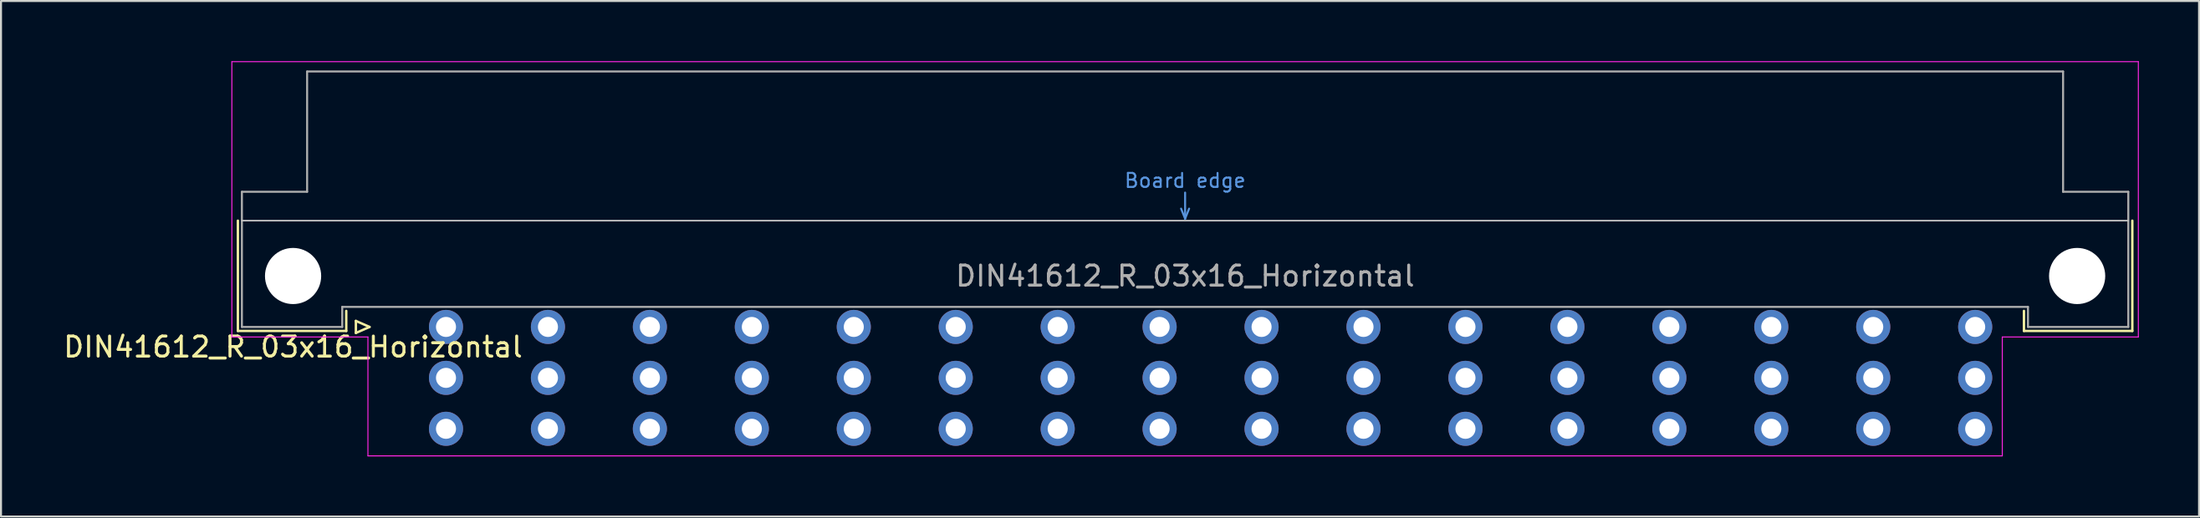
<source format=kicad_pcb>
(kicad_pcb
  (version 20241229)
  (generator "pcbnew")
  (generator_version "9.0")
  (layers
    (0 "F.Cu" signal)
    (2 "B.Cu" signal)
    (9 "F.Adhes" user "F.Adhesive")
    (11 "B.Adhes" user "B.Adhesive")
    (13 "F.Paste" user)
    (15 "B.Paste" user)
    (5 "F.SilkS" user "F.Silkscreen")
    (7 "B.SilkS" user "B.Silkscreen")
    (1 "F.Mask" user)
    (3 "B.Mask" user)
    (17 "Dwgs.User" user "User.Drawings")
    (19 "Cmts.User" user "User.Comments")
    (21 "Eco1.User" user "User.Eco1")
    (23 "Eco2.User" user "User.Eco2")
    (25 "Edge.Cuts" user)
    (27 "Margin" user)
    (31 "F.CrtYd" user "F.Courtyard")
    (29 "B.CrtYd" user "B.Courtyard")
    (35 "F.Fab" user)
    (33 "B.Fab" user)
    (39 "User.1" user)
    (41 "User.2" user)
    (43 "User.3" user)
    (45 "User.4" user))
  (footprint "DIN41612_R_03x16_Horizontal"
    (layer "F.Cu")
    (at 16.634 13.255)
    (property "Reference" "DIN41612_R_03x16_Horizontal" (at -5.08 1 0) (layer "F.SilkS") (effects (font (size 1 1) (thickness 0.15))))
    (attr through_hole)
    (fp_line (start -7.83 -5.3) (end -7.83 0.2) (stroke (width 0.12) (type solid)) (layer "F.SilkS"))
    (fp_line (start -7.83 0.2) (end -2.43 0.2) (stroke (width 0.12) (type solid)) (layer "F.SilkS"))
    (fp_line (start -2.43 0.2) (end -2.43 -0.8) (stroke (width 0.12) (type solid)) (layer "F.SilkS"))
    (fp_line (start -1.95 -0.3) (end -1.95 0.3) (stroke (width 0.12) (type solid)) (layer "F.SilkS"))
    (fp_line (start -1.95 0.3) (end -1.27 0) (stroke (width 0.12) (type solid)) (layer "F.SilkS"))
    (fp_line (start -1.27 0) (end -1.95 -0.3) (stroke (width 0.12) (type solid)) (layer "F.SilkS"))
    (fp_line (start 81.17 0.2) (end 81.17 -0.8) (stroke (width 0.12) (type solid)) (layer "F.SilkS"))
    (fp_line (start 86.57 -5.3) (end 86.57 0.2) (stroke (width 0.12) (type solid)) (layer "F.SilkS"))
    (fp_line (start 86.57 0.2) (end 81.17 0.2) (stroke (width 0.12) (type solid)) (layer "F.SilkS"))
    (fp_line (start -7.63 -5.3) (end 86.37 -5.3) (stroke (width 0.08) (type solid)) (layer "Dwgs.User"))
    (fp_line (start 39.17 -5.9) (end 39.37 -5.4) (stroke (width 0.1) (type solid)) (layer "Cmts.User"))
    (fp_line (start 39.37 -5.4) (end 39.37 -6.7) (stroke (width 0.1) (type solid)) (layer "Cmts.User"))
    (fp_line (start 39.37 -5.4) (end 39.57 -5.9) (stroke (width 0.1) (type solid)) (layer "Cmts.User"))
    (fp_line (start -8.13 -13.23) (end -8.13 0.5) (stroke (width 0.05) (type solid)) (layer "F.CrtYd"))
    (fp_line (start -8.13 0.5) (end -1.35 0.5) (stroke (width 0.05) (type solid)) (layer "F.CrtYd"))
    (fp_line (start -1.35 0.5) (end -1.35 6.43) (stroke (width 0.05) (type solid)) (layer "F.CrtYd"))
    (fp_line (start -1.35 6.43) (end 80.09 6.43) (stroke (width 0.05) (type solid)) (layer "F.CrtYd"))
    (fp_line (start 80.09 0.5) (end 86.87 0.5) (stroke (width 0.05) (type solid)) (layer "F.CrtYd"))
    (fp_line (start 80.09 6.43) (end 80.09 0.5) (stroke (width 0.05) (type solid)) (layer "F.CrtYd"))
    (fp_line (start 86.87 -13.23) (end -8.13 -13.23) (stroke (width 0.05) (type solid)) (layer "F.CrtYd"))
    (fp_line (start 86.87 0.5) (end 86.87 -13.23) (stroke (width 0.05) (type solid)) (layer "F.CrtYd"))
    (fp_line (start -7.63 -6.74) (end -7.63 0) (stroke (width 0.1) (type solid)) (layer "F.Fab"))
    (fp_line (start -7.63 0) (end -2.63 0) (stroke (width 0.1) (type solid)) (layer "F.Fab"))
    (fp_line (start -4.38 -12.74) (end -4.38 -6.74) (stroke (width 0.1) (type solid)) (layer "F.Fab"))
    (fp_line (start -4.38 -6.74) (end -7.63 -6.74) (stroke (width 0.1) (type solid)) (layer "F.Fab"))
    (fp_line (start -2.63 -1) (end 81.37 -1) (stroke (width 0.1) (type solid)) (layer "F.Fab"))
    (fp_line (start -2.63 0) (end -2.63 -1) (stroke (width 0.1) (type solid)) (layer "F.Fab"))
    (fp_line (start 81.37 -1) (end 81.37 0) (stroke (width 0.1) (type solid)) (layer "F.Fab"))
    (fp_line (start 81.37 0) (end 86.37 0) (stroke (width 0.1) (type solid)) (layer "F.Fab"))
    (fp_line (start 83.12 -12.74) (end -4.38 -12.74) (stroke (width 0.1) (type solid)) (layer "F.Fab"))
    (fp_line (start 83.12 -6.74) (end 83.12 -12.74) (stroke (width 0.1) (type solid)) (layer "F.Fab"))
    (fp_line (start 86.37 -6.74) (end 83.12 -6.74) (stroke (width 0.1) (type solid)) (layer "F.Fab"))
    (fp_line (start 86.37 0) (end 86.37 -6.74) (stroke (width 0.1) (type solid)) (layer "F.Fab"))
    (fp_text user "Board edge" (at 39.37 -7.3 0) (layer "Cmts.User") (effects (font (size 0.7 0.7) (thickness 0.1))))
    (fp_text user "${REFERENCE}" (at 39.37 -2.54 0) (layer "F.Fab") (effects (font (size 1 1) (thickness 0.15))))
    (pad "" np_thru_hole circle (at -5.08 -2.54) (size 2.8 2.8) (drill 2.8) (layers "*.Cu" "*.Mask"))
    (pad "" np_thru_hole circle (at 83.82 -2.54) (size 2.8 2.8) (drill 2.8) (layers "*.Cu" "*.Mask"))
    (pad "a2" thru_hole circle (at 2.54 0) (size 1.7 1.7) (drill 1) (layers "*.Cu" "*.Mask"))
    (pad "a4" thru_hole circle (at 7.62 0) (size 1.7 1.7) (drill 1) (layers "*.Cu" "*.Mask"))
    (pad "a6" thru_hole circle (at 12.7 0) (size 1.7 1.7) (drill 1) (layers "*.Cu" "*.Mask"))
    (pad "a8" thru_hole circle (at 17.78 0) (size 1.7 1.7) (drill 1) (layers "*.Cu" "*.Mask"))
    (pad "a10" thru_hole circle (at 22.86 0) (size 1.7 1.7) (drill 1) (layers "*.Cu" "*.Mask"))
    (pad "a12" thru_hole circle (at 27.94 0) (size 1.7 1.7) (drill 1) (layers "*.Cu" "*.Mask"))
    (pad "a14" thru_hole circle (at 33.02 0) (size 1.7 1.7) (drill 1) (layers "*.Cu" "*.Mask"))
    (pad "a16" thru_hole circle (at 38.1 0) (size 1.7 1.7) (drill 1) (layers "*.Cu" "*.Mask"))
    (pad "a18" thru_hole circle (at 43.18 0) (size 1.7 1.7) (drill 1) (layers "*.Cu" "*.Mask"))
    (pad "a20" thru_hole circle (at 48.26 0) (size 1.7 1.7) (drill 1) (layers "*.Cu" "*.Mask"))
    (pad "a22" thru_hole circle (at 53.34 0) (size 1.7 1.7) (drill 1) (layers "*.Cu" "*.Mask"))
    (pad "a24" thru_hole circle (at 58.42 0) (size 1.7 1.7) (drill 1) (layers "*.Cu" "*.Mask"))
    (pad "a26" thru_hole circle (at 63.5 0) (size 1.7 1.7) (drill 1) (layers "*.Cu" "*.Mask"))
    (pad "a28" thru_hole circle (at 68.58 0) (size 1.7 1.7) (drill 1) (layers "*.Cu" "*.Mask"))
    (pad "a30" thru_hole circle (at 73.66 0) (size 1.7 1.7) (drill 1) (layers "*.Cu" "*.Mask"))
    (pad "a32" thru_hole circle (at 78.74 0) (size 1.7 1.7) (drill 1) (layers "*.Cu" "*.Mask"))
    (pad "b2" thru_hole circle (at 2.54 2.54) (size 1.7 1.7) (drill 1) (layers "*.Cu" "*.Mask"))
    (pad "b4" thru_hole circle (at 7.62 2.54) (size 1.7 1.7) (drill 1) (layers "*.Cu" "*.Mask"))
    (pad "b6" thru_hole circle (at 12.7 2.54) (size 1.7 1.7) (drill 1) (layers "*.Cu" "*.Mask"))
    (pad "b8" thru_hole circle (at 17.78 2.54) (size 1.7 1.7) (drill 1) (layers "*.Cu" "*.Mask"))
    (pad "b10" thru_hole circle (at 22.86 2.54) (size 1.7 1.7) (drill 1) (layers "*.Cu" "*.Mask"))
    (pad "b12" thru_hole circle (at 27.94 2.54) (size 1.7 1.7) (drill 1) (layers "*.Cu" "*.Mask"))
    (pad "b14" thru_hole circle (at 33.02 2.54) (size 1.7 1.7) (drill 1) (layers "*.Cu" "*.Mask"))
    (pad "b16" thru_hole circle (at 38.1 2.54) (size 1.7 1.7) (drill 1) (layers "*.Cu" "*.Mask"))
    (pad "b18" thru_hole circle (at 43.18 2.54) (size 1.7 1.7) (drill 1) (layers "*.Cu" "*.Mask"))
    (pad "b20" thru_hole circle (at 48.26 2.54) (size 1.7 1.7) (drill 1) (layers "*.Cu" "*.Mask"))
    (pad "b22" thru_hole circle (at 53.34 2.54) (size 1.7 1.7) (drill 1) (layers "*.Cu" "*.Mask"))
    (pad "b24" thru_hole circle (at 58.42 2.54) (size 1.7 1.7) (drill 1) (layers "*.Cu" "*.Mask"))
    (pad "b26" thru_hole circle (at 63.5 2.54) (size 1.7 1.7) (drill 1) (layers "*.Cu" "*.Mask"))
    (pad "b28" thru_hole circle (at 68.58 2.54) (size 1.7 1.7) (drill 1) (layers "*.Cu" "*.Mask"))
    (pad "b30" thru_hole circle (at 73.66 2.54) (size 1.7 1.7) (drill 1) (layers "*.Cu" "*.Mask"))
    (pad "b32" thru_hole circle (at 78.74 2.54) (size 1.7 1.7) (drill 1) (layers "*.Cu" "*.Mask"))
    (pad "c2" thru_hole circle (at 2.54 5.08) (size 1.7 1.7) (drill 1) (layers "*.Cu" "*.Mask"))
    (pad "c4" thru_hole circle (at 7.62 5.08) (size 1.7 1.7) (drill 1) (layers "*.Cu" "*.Mask"))
    (pad "c6" thru_hole circle (at 12.7 5.08) (size 1.7 1.7) (drill 1) (layers "*.Cu" "*.Mask"))
    (pad "c8" thru_hole circle (at 17.78 5.08) (size 1.7 1.7) (drill 1) (layers "*.Cu" "*.Mask"))
    (pad "c10" thru_hole circle (at 22.86 5.08) (size 1.7 1.7) (drill 1) (layers "*.Cu" "*.Mask"))
    (pad "c12" thru_hole circle (at 27.94 5.08) (size 1.7 1.7) (drill 1) (layers "*.Cu" "*.Mask"))
    (pad "c14" thru_hole circle (at 33.02 5.08) (size 1.7 1.7) (drill 1) (layers "*.Cu" "*.Mask"))
    (pad "c16" thru_hole circle (at 38.1 5.08) (size 1.7 1.7) (drill 1) (layers "*.Cu" "*.Mask"))
    (pad "c18" thru_hole circle (at 43.18 5.08) (size 1.7 1.7) (drill 1) (layers "*.Cu" "*.Mask"))
    (pad "c20" thru_hole circle (at 48.26 5.08) (size 1.7 1.7) (drill 1) (layers "*.Cu" "*.Mask"))
    (pad "c22" thru_hole circle (at 53.34 5.08) (size 1.7 1.7) (drill 1) (layers "*.Cu" "*.Mask"))
    (pad "c24" thru_hole circle (at 58.42 5.08) (size 1.7 1.7) (drill 1) (layers "*.Cu" "*.Mask"))
    (pad "c26" thru_hole circle (at 63.5 5.08) (size 1.7 1.7) (drill 1) (layers "*.Cu" "*.Mask"))
    (pad "c28" thru_hole circle (at 68.58 5.08) (size 1.7 1.7) (drill 1) (layers "*.Cu" "*.Mask"))
    (pad "c30" thru_hole circle (at 73.66 5.08) (size 1.7 1.7) (drill 1) (layers "*.Cu" "*.Mask"))
    (pad "c32" thru_hole circle (at 78.74 5.08) (size 1.7 1.7) (drill 1) (layers "*.Cu" "*.Mask")))
  (gr_rect
    (start -3 -3)
    (end 106.529 22.71)
    (stroke (width 0.1) (type default))
    (fill no)
    (layer "Edge.Cuts")))
</source>
